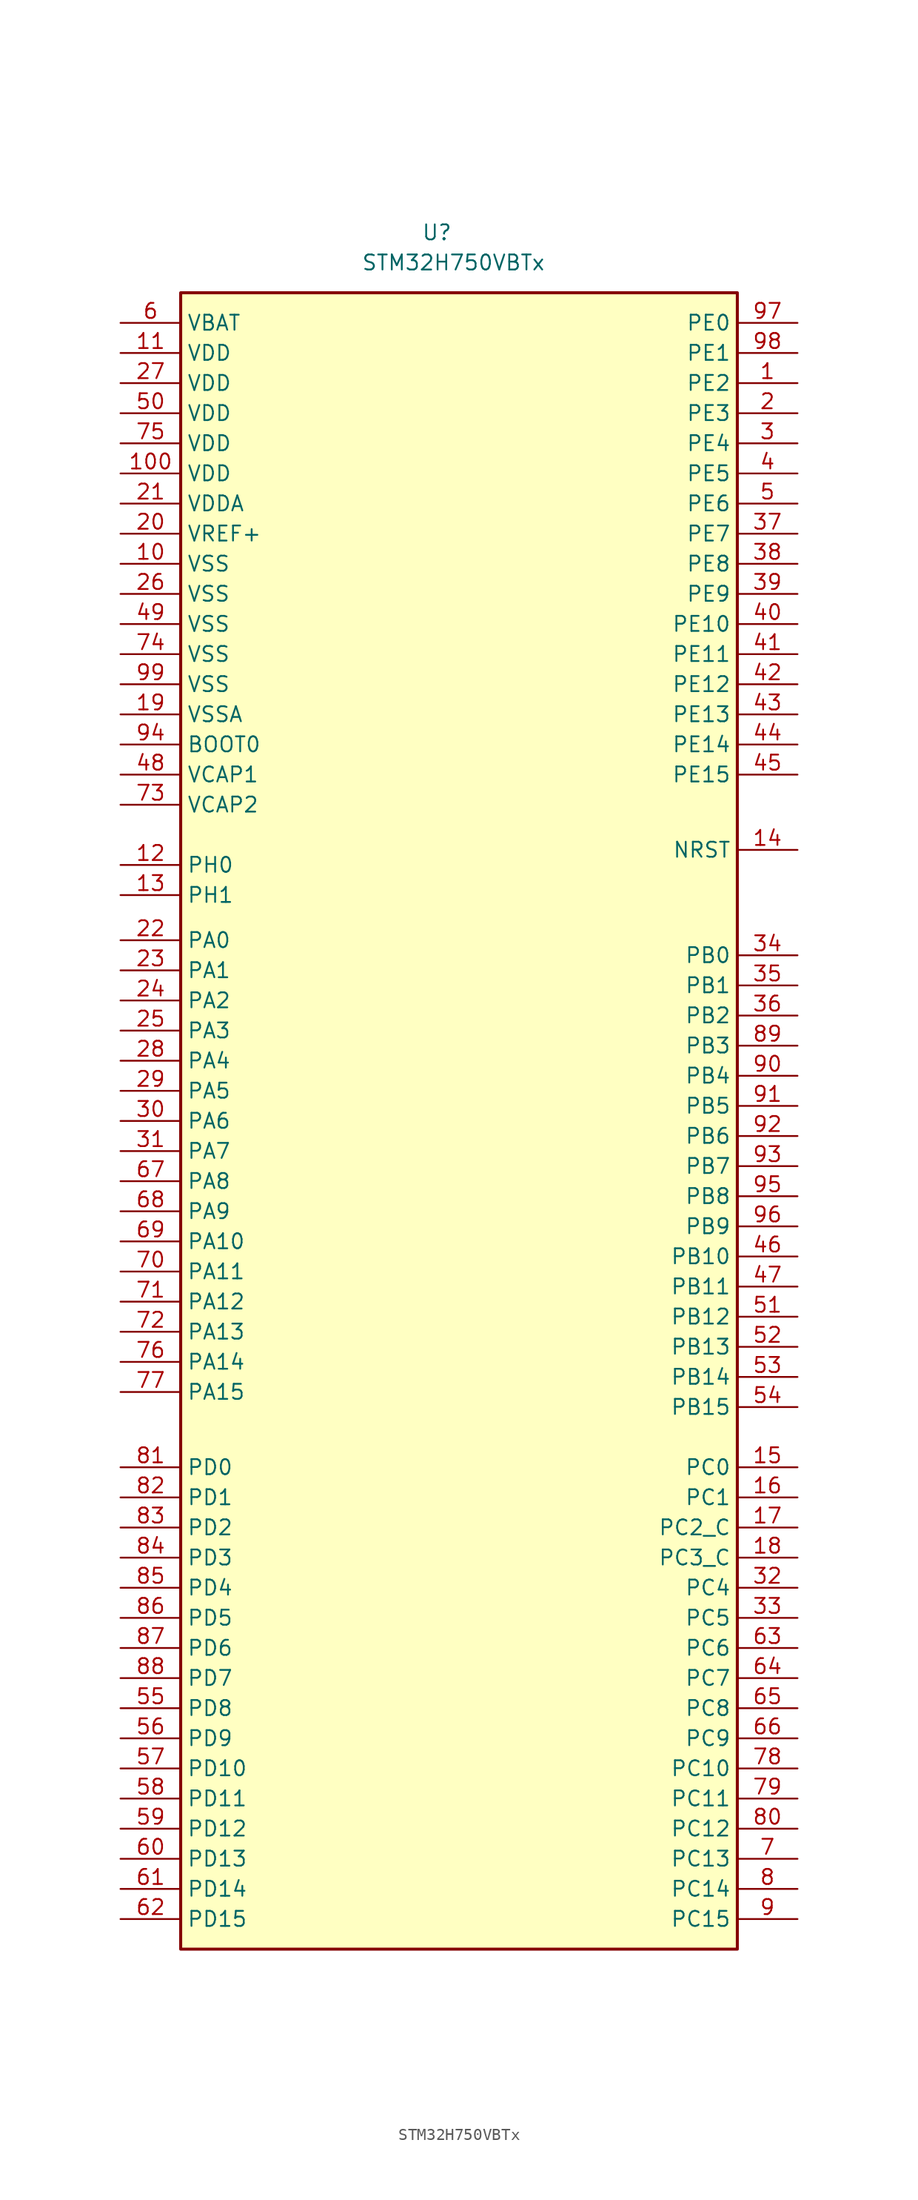
<source format=kicad_sym>
(kicad_symbol_lib
  (version 20211014)
  (generator kicad_symbol_editor)
  (symbol "STM32H750VBTx"
    (property "Reference" "U"
      (at -3.81 78.74 0)
      (effects (font (size 1.27 1.27)) (justify left)))
    (property "Value" "STM32H750VBTx"
      (at -8.89 76.2 0)
      (effects (font (size 1.27 1.27)) (justify left)))
    (symbol "STM32H750VBTx_0_1"
      (rectangle (start -24.13 -66.04) (end 22.86 73.66) (stroke (width 0.254) (type default) (color 0 0 0 0)) (fill (type background))))
    (symbol "STM32H750VBTx_1_1"
      (pin bidirectional line (at 27.94 66.04 180) (length 5.08) (name "PE2" (effects (font (size 1.27 1.27)))) (number "1" (effects (font (size 1.27 1.27)))))
      (pin power_in line (at -29.21 50.8 0) (length 5.08) (name "VSS" (effects (font (size 1.27 1.27)))) (number "10" (effects (font (size 1.27 1.27)))))
      (pin power_in line (at -29.21 58.42 0) (length 5.08) (name "VDD" (effects (font (size 1.27 1.27)))) (number "100" (effects (font (size 1.27 1.27)))))
      (pin power_in line (at -29.21 68.58 0) (length 5.08) (name "VDD" (effects (font (size 1.27 1.27)))) (number "11" (effects (font (size 1.27 1.27)))))
      (pin input line (at -29.21 25.4 0) (length 5.08) (name "PH0" (effects (font (size 1.27 1.27)))) (number "12" (effects (font (size 1.27 1.27)))))
      (pin input line (at -29.21 22.86 0) (length 5.08) (name "PH1" (effects (font (size 1.27 1.27)))) (number "13" (effects (font (size 1.27 1.27)))))
      (pin input line (at 27.94 26.67 180) (length 5.08) (name "NRST" (effects (font (size 1.27 1.27)))) (number "14" (effects (font (size 1.27 1.27)))))
      (pin bidirectional line (at 27.94 -25.4 180) (length 5.08) (name "PC0" (effects (font (size 1.27 1.27)))) (number "15" (effects (font (size 1.27 1.27)))))
      (pin bidirectional line (at 27.94 -27.94 180) (length 5.08) (name "PC1" (effects (font (size 1.27 1.27)))) (number "16" (effects (font (size 1.27 1.27)))))
      (pin bidirectional line (at 27.94 -30.48 180) (length 5.08) (name "PC2_C" (effects (font (size 1.27 1.27)))) (number "17" (effects (font (size 1.27 1.27)))))
      (pin bidirectional line (at 27.94 -33.02 180) (length 5.08) (name "PC3_C" (effects (font (size 1.27 1.27)))) (number "18" (effects (font (size 1.27 1.27)))))
      (pin power_in line (at -29.21 38.1 0) (length 5.08) (name "VSSA" (effects (font (size 1.27 1.27)))) (number "19" (effects (font (size 1.27 1.27)))))
      (pin bidirectional line (at 27.94 63.5 180) (length 5.08) (name "PE3" (effects (font (size 1.27 1.27)))) (number "2" (effects (font (size 1.27 1.27)))))
      (pin power_in line (at -29.21 53.34 0) (length 5.08) (name "VREF+" (effects (font (size 1.27 1.27)))) (number "20" (effects (font (size 1.27 1.27)))))
      (pin power_in line (at -29.21 55.88 0) (length 5.08) (name "VDDA" (effects (font (size 1.27 1.27)))) (number "21" (effects (font (size 1.27 1.27)))))
      (pin bidirectional line (at -29.21 19.05 0) (length 5.08) (name "PA0" (effects (font (size 1.27 1.27)))) (number "22" (effects (font (size 1.27 1.27)))))
      (pin bidirectional line (at -29.21 16.51 0) (length 5.08) (name "PA1" (effects (font (size 1.27 1.27)))) (number "23" (effects (font (size 1.27 1.27)))))
      (pin bidirectional line (at -29.21 13.97 0) (length 5.08) (name "PA2" (effects (font (size 1.27 1.27)))) (number "24" (effects (font (size 1.27 1.27)))))
      (pin bidirectional line (at -29.21 11.43 0) (length 5.08) (name "PA3" (effects (font (size 1.27 1.27)))) (number "25" (effects (font (size 1.27 1.27)))))
      (pin power_in line (at -29.21 48.26 0) (length 5.08) (name "VSS" (effects (font (size 1.27 1.27)))) (number "26" (effects (font (size 1.27 1.27)))))
      (pin power_in line (at -29.21 66.04 0) (length 5.08) (name "VDD" (effects (font (size 1.27 1.27)))) (number "27" (effects (font (size 1.27 1.27)))))
      (pin bidirectional line (at -29.21 8.89 0) (length 5.08) (name "PA4" (effects (font (size 1.27 1.27)))) (number "28" (effects (font (size 1.27 1.27)))))
      (pin bidirectional line (at -29.21 6.35 0) (length 5.08) (name "PA5" (effects (font (size 1.27 1.27)))) (number "29" (effects (font (size 1.27 1.27)))))
      (pin bidirectional line (at 27.94 60.96 180) (length 5.08) (name "PE4" (effects (font (size 1.27 1.27)))) (number "3" (effects (font (size 1.27 1.27)))))
      (pin bidirectional line (at -29.21 3.81 0) (length 5.08) (name "PA6" (effects (font (size 1.27 1.27)))) (number "30" (effects (font (size 1.27 1.27)))))
      (pin bidirectional line (at -29.21 1.27 0) (length 5.08) (name "PA7" (effects (font (size 1.27 1.27)))) (number "31" (effects (font (size 1.27 1.27)))))
      (pin bidirectional line (at 27.94 -35.56 180) (length 5.08) (name "PC4" (effects (font (size 1.27 1.27)))) (number "32" (effects (font (size 1.27 1.27)))))
      (pin bidirectional line (at 27.94 -38.1 180) (length 5.08) (name "PC5" (effects (font (size 1.27 1.27)))) (number "33" (effects (font (size 1.27 1.27)))))
      (pin bidirectional line (at 27.94 17.78 180) (length 5.08) (name "PB0" (effects (font (size 1.27 1.27)))) (number "34" (effects (font (size 1.27 1.27)))))
      (pin bidirectional line (at 27.94 15.24 180) (length 5.08) (name "PB1" (effects (font (size 1.27 1.27)))) (number "35" (effects (font (size 1.27 1.27)))))
      (pin bidirectional line (at 27.94 12.7 180) (length 5.08) (name "PB2" (effects (font (size 1.27 1.27)))) (number "36" (effects (font (size 1.27 1.27)))))
      (pin bidirectional line (at 27.94 53.34 180) (length 5.08) (name "PE7" (effects (font (size 1.27 1.27)))) (number "37" (effects (font (size 1.27 1.27)))))
      (pin bidirectional line (at 27.94 50.8 180) (length 5.08) (name "PE8" (effects (font (size 1.27 1.27)))) (number "38" (effects (font (size 1.27 1.27)))))
      (pin bidirectional line (at 27.94 48.26 180) (length 5.08) (name "PE9" (effects (font (size 1.27 1.27)))) (number "39" (effects (font (size 1.27 1.27)))))
      (pin bidirectional line (at 27.94 58.42 180) (length 5.08) (name "PE5" (effects (font (size 1.27 1.27)))) (number "4" (effects (font (size 1.27 1.27)))))
      (pin bidirectional line (at 27.94 45.72 180) (length 5.08) (name "PE10" (effects (font (size 1.27 1.27)))) (number "40" (effects (font (size 1.27 1.27)))))
      (pin bidirectional line (at 27.94 43.18 180) (length 5.08) (name "PE11" (effects (font (size 1.27 1.27)))) (number "41" (effects (font (size 1.27 1.27)))))
      (pin bidirectional line (at 27.94 40.64 180) (length 5.08) (name "PE12" (effects (font (size 1.27 1.27)))) (number "42" (effects (font (size 1.27 1.27)))))
      (pin bidirectional line (at 27.94 38.1 180) (length 5.08) (name "PE13" (effects (font (size 1.27 1.27)))) (number "43" (effects (font (size 1.27 1.27)))))
      (pin bidirectional line (at 27.94 35.56 180) (length 5.08) (name "PE14" (effects (font (size 1.27 1.27)))) (number "44" (effects (font (size 1.27 1.27)))))
      (pin bidirectional line (at 27.94 33.02 180) (length 5.08) (name "PE15" (effects (font (size 1.27 1.27)))) (number "45" (effects (font (size 1.27 1.27)))))
      (pin bidirectional line (at 27.94 -7.62 180) (length 5.08) (name "PB10" (effects (font (size 1.27 1.27)))) (number "46" (effects (font (size 1.27 1.27)))))
      (pin bidirectional line (at 27.94 -10.16 180) (length 5.08) (name "PB11" (effects (font (size 1.27 1.27)))) (number "47" (effects (font (size 1.27 1.27)))))
      (pin passive line (at -29.21 33.02 0) (length 5.08) (name "VCAP1" (effects (font (size 1.27 1.27)))) (number "48" (effects (font (size 1.27 1.27)))))
      (pin power_in line (at -29.21 45.72 0) (length 5.08) (name "VSS" (effects (font (size 1.27 1.27)))) (number "49" (effects (font (size 1.27 1.27)))))
      (pin bidirectional line (at 27.94 55.88 180) (length 5.08) (name "PE6" (effects (font (size 1.27 1.27)))) (number "5" (effects (font (size 1.27 1.27)))))
      (pin power_in line (at -29.21 63.5 0) (length 5.08) (name "VDD" (effects (font (size 1.27 1.27)))) (number "50" (effects (font (size 1.27 1.27)))))
      (pin bidirectional line (at 27.94 -12.7 180) (length 5.08) (name "PB12" (effects (font (size 1.27 1.27)))) (number "51" (effects (font (size 1.27 1.27)))))
      (pin bidirectional line (at 27.94 -15.24 180) (length 5.08) (name "PB13" (effects (font (size 1.27 1.27)))) (number "52" (effects (font (size 1.27 1.27)))))
      (pin bidirectional line (at 27.94 -17.78 180) (length 5.08) (name "PB14" (effects (font (size 1.27 1.27)))) (number "53" (effects (font (size 1.27 1.27)))))
      (pin bidirectional line (at 27.94 -20.32 180) (length 5.08) (name "PB15" (effects (font (size 1.27 1.27)))) (number "54" (effects (font (size 1.27 1.27)))))
      (pin bidirectional line (at -29.21 -45.72 0) (length 5.08) (name "PD8" (effects (font (size 1.27 1.27)))) (number "55" (effects (font (size 1.27 1.27)))))
      (pin bidirectional line (at -29.21 -48.26 0) (length 5.08) (name "PD9" (effects (font (size 1.27 1.27)))) (number "56" (effects (font (size 1.27 1.27)))))
      (pin bidirectional line (at -29.21 -50.8 0) (length 5.08) (name "PD10" (effects (font (size 1.27 1.27)))) (number "57" (effects (font (size 1.27 1.27)))))
      (pin bidirectional line (at -29.21 -53.34 0) (length 5.08) (name "PD11" (effects (font (size 1.27 1.27)))) (number "58" (effects (font (size 1.27 1.27)))))
      (pin bidirectional line (at -29.21 -55.88 0) (length 5.08) (name "PD12" (effects (font (size 1.27 1.27)))) (number "59" (effects (font (size 1.27 1.27)))))
      (pin power_in line (at -29.21 71.12 0) (length 5.08) (name "VBAT" (effects (font (size 1.27 1.27)))) (number "6" (effects (font (size 1.27 1.27)))))
      (pin bidirectional line (at -29.21 -58.42 0) (length 5.08) (name "PD13" (effects (font (size 1.27 1.27)))) (number "60" (effects (font (size 1.27 1.27)))))
      (pin bidirectional line (at -29.21 -60.96 0) (length 5.08) (name "PD14" (effects (font (size 1.27 1.27)))) (number "61" (effects (font (size 1.27 1.27)))))
      (pin bidirectional line (at -29.21 -63.5 0) (length 5.08) (name "PD15" (effects (font (size 1.27 1.27)))) (number "62" (effects (font (size 1.27 1.27)))))
      (pin bidirectional line (at 27.94 -40.64 180) (length 5.08) (name "PC6" (effects (font (size 1.27 1.27)))) (number "63" (effects (font (size 1.27 1.27)))))
      (pin bidirectional line (at 27.94 -43.18 180) (length 5.08) (name "PC7" (effects (font (size 1.27 1.27)))) (number "64" (effects (font (size 1.27 1.27)))))
      (pin bidirectional line (at 27.94 -45.72 180) (length 5.08) (name "PC8" (effects (font (size 1.27 1.27)))) (number "65" (effects (font (size 1.27 1.27)))))
      (pin bidirectional line (at 27.94 -48.26 180) (length 5.08) (name "PC9" (effects (font (size 1.27 1.27)))) (number "66" (effects (font (size 1.27 1.27)))))
      (pin bidirectional line (at -29.21 -1.27 0) (length 5.08) (name "PA8" (effects (font (size 1.27 1.27)))) (number "67" (effects (font (size 1.27 1.27)))))
      (pin bidirectional line (at -29.21 -3.81 0) (length 5.08) (name "PA9" (effects (font (size 1.27 1.27)))) (number "68" (effects (font (size 1.27 1.27)))))
      (pin bidirectional line (at -29.21 -6.35 0) (length 5.08) (name "PA10" (effects (font (size 1.27 1.27)))) (number "69" (effects (font (size 1.27 1.27)))))
      (pin bidirectional line (at 27.94 -58.42 180) (length 5.08) (name "PC13" (effects (font (size 1.27 1.27)))) (number "7" (effects (font (size 1.27 1.27)))))
      (pin bidirectional line (at -29.21 -8.89 0) (length 5.08) (name "PA11" (effects (font (size 1.27 1.27)))) (number "70" (effects (font (size 1.27 1.27)))))
      (pin bidirectional line (at -29.21 -11.43 0) (length 5.08) (name "PA12" (effects (font (size 1.27 1.27)))) (number "71" (effects (font (size 1.27 1.27)))))
      (pin bidirectional line (at -29.21 -13.97 0) (length 5.08) (name "PA13" (effects (font (size 1.27 1.27)))) (number "72" (effects (font (size 1.27 1.27)))))
      (pin passive line (at -29.21 30.48 0) (length 5.08) (name "VCAP2" (effects (font (size 1.27 1.27)))) (number "73" (effects (font (size 1.27 1.27)))))
      (pin power_in line (at -29.21 43.18 0) (length 5.08) (name "VSS" (effects (font (size 1.27 1.27)))) (number "74" (effects (font (size 1.27 1.27)))))
      (pin power_in line (at -29.21 60.96 0) (length 5.08) (name "VDD" (effects (font (size 1.27 1.27)))) (number "75" (effects (font (size 1.27 1.27)))))
      (pin bidirectional line (at -29.21 -16.51 0) (length 5.08) (name "PA14" (effects (font (size 1.27 1.27)))) (number "76" (effects (font (size 1.27 1.27)))))
      (pin bidirectional line (at -29.21 -19.05 0) (length 5.08) (name "PA15" (effects (font (size 1.27 1.27)))) (number "77" (effects (font (size 1.27 1.27)))))
      (pin bidirectional line (at 27.94 -50.8 180) (length 5.08) (name "PC10" (effects (font (size 1.27 1.27)))) (number "78" (effects (font (size 1.27 1.27)))))
      (pin bidirectional line (at 27.94 -53.34 180) (length 5.08) (name "PC11" (effects (font (size 1.27 1.27)))) (number "79" (effects (font (size 1.27 1.27)))))
      (pin bidirectional line (at 27.94 -60.96 180) (length 5.08) (name "PC14" (effects (font (size 1.27 1.27)))) (number "8" (effects (font (size 1.27 1.27)))))
      (pin bidirectional line (at 27.94 -55.88 180) (length 5.08) (name "PC12" (effects (font (size 1.27 1.27)))) (number "80" (effects (font (size 1.27 1.27)))))
      (pin bidirectional line (at -29.21 -25.4 0) (length 5.08) (name "PD0" (effects (font (size 1.27 1.27)))) (number "81" (effects (font (size 1.27 1.27)))))
      (pin bidirectional line (at -29.21 -27.94 0) (length 5.08) (name "PD1" (effects (font (size 1.27 1.27)))) (number "82" (effects (font (size 1.27 1.27)))))
      (pin bidirectional line (at -29.21 -30.48 0) (length 5.08) (name "PD2" (effects (font (size 1.27 1.27)))) (number "83" (effects (font (size 1.27 1.27)))))
      (pin bidirectional line (at -29.21 -33.02 0) (length 5.08) (name "PD3" (effects (font (size 1.27 1.27)))) (number "84" (effects (font (size 1.27 1.27)))))
      (pin bidirectional line (at -29.21 -35.56 0) (length 5.08) (name "PD4" (effects (font (size 1.27 1.27)))) (number "85" (effects (font (size 1.27 1.27)))))
      (pin bidirectional line (at -29.21 -38.1 0) (length 5.08) (name "PD5" (effects (font (size 1.27 1.27)))) (number "86" (effects (font (size 1.27 1.27)))))
      (pin bidirectional line (at -29.21 -40.64 0) (length 5.08) (name "PD6" (effects (font (size 1.27 1.27)))) (number "87" (effects (font (size 1.27 1.27)))))
      (pin bidirectional line (at -29.21 -43.18 0) (length 5.08) (name "PD7" (effects (font (size 1.27 1.27)))) (number "88" (effects (font (size 1.27 1.27)))))
      (pin bidirectional line (at 27.94 10.16 180) (length 5.08) (name "PB3" (effects (font (size 1.27 1.27)))) (number "89" (effects (font (size 1.27 1.27)))))
      (pin bidirectional line (at 27.94 -63.5 180) (length 5.08) (name "PC15" (effects (font (size 1.27 1.27)))) (number "9" (effects (font (size 1.27 1.27)))))
      (pin bidirectional line (at 27.94 7.62 180) (length 5.08) (name "PB4" (effects (font (size 1.27 1.27)))) (number "90" (effects (font (size 1.27 1.27)))))
      (pin bidirectional line (at 27.94 5.08 180) (length 5.08) (name "PB5" (effects (font (size 1.27 1.27)))) (number "91" (effects (font (size 1.27 1.27)))))
      (pin bidirectional line (at 27.94 2.54 180) (length 5.08) (name "PB6" (effects (font (size 1.27 1.27)))) (number "92" (effects (font (size 1.27 1.27)))))
      (pin bidirectional line (at 27.94 0 180) (length 5.08) (name "PB7" (effects (font (size 1.27 1.27)))) (number "93" (effects (font (size 1.27 1.27)))))
      (pin input line (at -29.21 35.56 0) (length 5.08) (name "BOOT0" (effects (font (size 1.27 1.27)))) (number "94" (effects (font (size 1.27 1.27)))))
      (pin bidirectional line (at 27.94 -2.54 180) (length 5.08) (name "PB8" (effects (font (size 1.27 1.27)))) (number "95" (effects (font (size 1.27 1.27)))))
      (pin bidirectional line (at 27.94 -5.08 180) (length 5.08) (name "PB9" (effects (font (size 1.27 1.27)))) (number "96" (effects (font (size 1.27 1.27)))))
      (pin bidirectional line (at 27.94 71.12 180) (length 5.08) (name "PE0" (effects (font (size 1.27 1.27)))) (number "97" (effects (font (size 1.27 1.27)))))
      (pin bidirectional line (at 27.94 68.58 180) (length 5.08) (name "PE1" (effects (font (size 1.27 1.27)))) (number "98" (effects (font (size 1.27 1.27)))))
      (pin power_in line (at -29.21 40.64 0) (length 5.08) (name "VSS" (effects (font (size 1.27 1.27)))) (number "99" (effects (font (size 1.27 1.27))))))))
</source>
